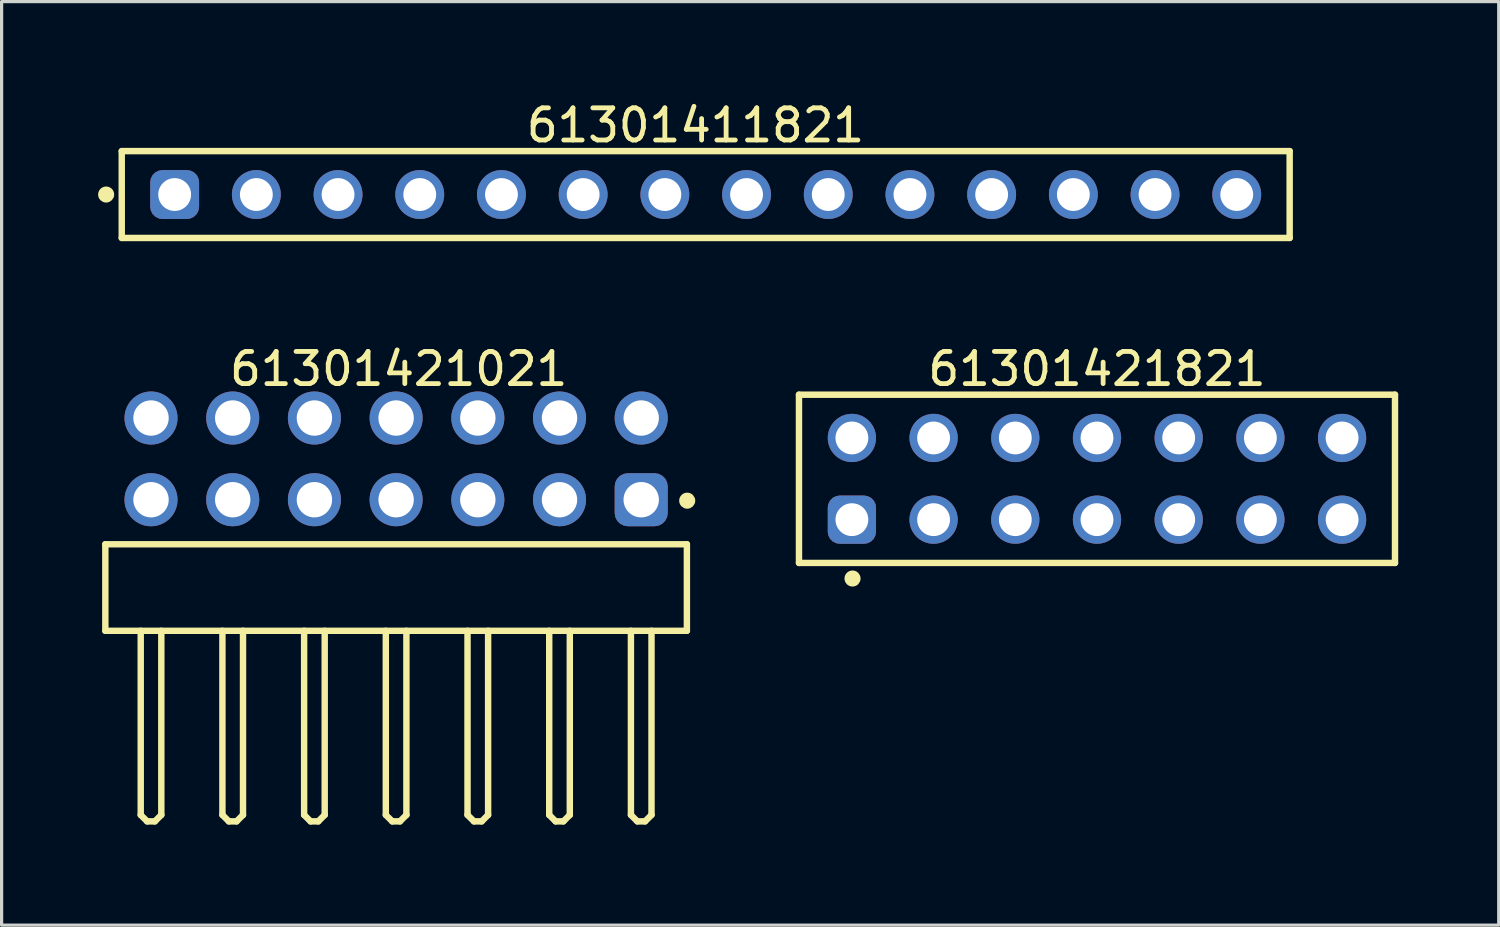
<source format=kicad_pcb>
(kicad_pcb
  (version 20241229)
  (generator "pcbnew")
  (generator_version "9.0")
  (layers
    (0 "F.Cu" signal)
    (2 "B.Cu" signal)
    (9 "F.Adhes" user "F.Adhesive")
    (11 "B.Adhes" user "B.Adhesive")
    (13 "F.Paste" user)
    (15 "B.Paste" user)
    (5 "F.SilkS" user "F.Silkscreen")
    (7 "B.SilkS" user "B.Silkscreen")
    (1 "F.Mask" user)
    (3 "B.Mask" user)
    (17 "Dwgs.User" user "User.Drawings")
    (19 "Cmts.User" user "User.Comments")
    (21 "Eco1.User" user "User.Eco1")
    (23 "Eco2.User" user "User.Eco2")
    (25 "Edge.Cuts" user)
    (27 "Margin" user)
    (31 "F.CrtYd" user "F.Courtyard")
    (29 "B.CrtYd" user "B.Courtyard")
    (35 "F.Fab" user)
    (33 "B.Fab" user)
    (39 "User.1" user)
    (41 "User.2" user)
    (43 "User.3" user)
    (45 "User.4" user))
  (footprint "61301421821"
    (layer "F.Cu")
    (at 31.055 11.836)
    (property "Reference" "61301421821" (at 0 -3.415 0) (layer "F.SilkS") (effects (font (size 1 1) (thickness 0.15))))
    (fp_line (start -9.265 -2.615) (end 9.265 -2.615) (stroke (width 0.2) (type solid)) (layer "F.SilkS"))
    (fp_line (start -9.265 2.615) (end -9.265 -2.615) (stroke (width 0.2) (type solid)) (layer "F.SilkS"))
    (fp_line (start -9.265 2.615) (end 9.265 2.615) (stroke (width 0.2) (type solid)) (layer "F.SilkS"))
    (fp_line (start 9.265 2.615) (end 9.265 -2.615) (stroke (width 0.2) (type solid)) (layer "F.SilkS"))
    (fp_circle (center -7.6 3.1) (end -7.6 2.975) (stroke (width 0.25) (type solid)) (fill no) (layer "F.SilkS"))
    (fp_line (start -9.465 -2.815) (end 9.465 -2.815) (stroke (width 0.05) (type solid)) (layer "Eco2.User"))
    (fp_line (start -9.465 2.815) (end -9.465 -2.815) (stroke (width 0.05) (type solid)) (layer "Eco2.User"))
    (fp_line (start -9.465 2.815) (end 9.465 2.815) (stroke (width 0.05) (type solid)) (layer "Eco2.User"))
    (fp_line (start -9.14 -2.54) (end 9.14 -2.54) (stroke (width 0.1) (type solid)) (layer "Eco2.User"))
    (fp_line (start -9.14 2.54) (end -9.14 -2.54) (stroke (width 0.1) (type solid)) (layer "Eco2.User"))
    (fp_line (start -9.14 2.54) (end 9.14 2.54) (stroke (width 0.1) (type solid)) (layer "Eco2.User"))
    (fp_line (start -0.5 0) (end 0.5 0) (stroke (width 0.05) (type solid)) (layer "Eco2.User"))
    (fp_line (start 0 0.5) (end 0 -0.5) (stroke (width 0.05) (type solid)) (layer "Eco2.User"))
    (fp_line (start 9.14 2.54) (end 9.14 -2.54) (stroke (width 0.1) (type solid)) (layer "Eco2.User"))
    (fp_line (start 9.465 2.815) (end 9.465 -2.815) (stroke (width 0.05) (type solid)) (layer "Eco2.User"))
    (fp_text user "${REFERENCE}" (at 0.15 -0.197 0) (unlocked yes) (layer "User.3") (effects (font (size 1.5 1.5) (thickness 0.15))))
    (pad "1" thru_hole roundrect (at -7.62 1.27) (size 1.5 1.5) (drill 1.02) (layers "*.Cu" "*.Mask") (roundrect_rratio 0.25))
    (pad "2" thru_hole circle (at -7.62 -1.27) (size 1.5 1.5) (drill 1.02) (layers "*.Cu" "*.Mask"))
    (pad "3" thru_hole circle (at -5.08 1.27) (size 1.5 1.5) (drill 1.02) (layers "*.Cu" "*.Mask"))
    (pad "4" thru_hole circle (at -5.08 -1.27) (size 1.5 1.5) (drill 1.02) (layers "*.Cu" "*.Mask"))
    (pad "5" thru_hole circle (at -2.54 1.27) (size 1.5 1.5) (drill 1.02) (layers "*.Cu" "*.Mask"))
    (pad "6" thru_hole circle (at -2.54 -1.27) (size 1.5 1.5) (drill 1.02) (layers "*.Cu" "*.Mask"))
    (pad "7" thru_hole circle (at 0 1.27) (size 1.5 1.5) (drill 1.02) (layers "*.Cu" "*.Mask"))
    (pad "8" thru_hole circle (at 0 -1.27) (size 1.5 1.5) (drill 1.02) (layers "*.Cu" "*.Mask"))
    (pad "9" thru_hole circle (at 2.54 1.27) (size 1.5 1.5) (drill 1.02) (layers "*.Cu" "*.Mask"))
    (pad "10" thru_hole circle (at 2.54 -1.27) (size 1.5 1.5) (drill 1.02) (layers "*.Cu" "*.Mask"))
    (pad "11" thru_hole circle (at 5.08 1.27) (size 1.5 1.5) (drill 1.02) (layers "*.Cu" "*.Mask"))
    (pad "12" thru_hole circle (at 5.08 -1.27) (size 1.5 1.5) (drill 1.02) (layers "*.Cu" "*.Mask"))
    (pad "13" thru_hole circle (at 7.62 1.27) (size 1.5 1.5) (drill 1.02) (layers "*.Cu" "*.Mask"))
    (pad "14" thru_hole circle (at 7.62 -1.27) (size 1.5 1.5) (drill 1.02) (layers "*.Cu" "*.Mask")))
  (footprint "61301421021"
    (layer "F.Cu")
    (at 9.265 15.216)
    (property "Reference" "61301421021" (at 0.08 -6.795 0) (layer "F.SilkS") (effects (font (size 1 1) (thickness 0.15))))
    (fp_line (start -9.04 -1.345) (end 9.04 -1.345) (stroke (width 0.2) (type solid)) (layer "F.SilkS"))
    (fp_line (start -9.04 1.345) (end -9.04 -1.345) (stroke (width 0.2) (type solid)) (layer "F.SilkS"))
    (fp_line (start -9.04 1.345) (end 9.04 1.345) (stroke (width 0.2) (type solid)) (layer "F.SilkS"))
    (fp_line (start -7.94 7.07) (end -7.94 1.345) (stroke (width 0.2) (type solid)) (layer "F.SilkS"))
    (fp_line (start -7.94 7.07) (end -7.74 7.27) (stroke (width 0.2) (type solid)) (layer "F.SilkS"))
    (fp_line (start -7.74 7.27) (end -7.5 7.27) (stroke (width 0.2) (type solid)) (layer "F.SilkS"))
    (fp_line (start -7.5 7.27) (end -7.3 7.07) (stroke (width 0.2) (type solid)) (layer "F.SilkS"))
    (fp_line (start -7.3 7.07) (end -7.3 1.345) (stroke (width 0.2) (type solid)) (layer "F.SilkS"))
    (fp_line (start -5.4 7.07) (end -5.4 1.345) (stroke (width 0.2) (type solid)) (layer "F.SilkS"))
    (fp_line (start -5.4 7.07) (end -5.2 7.27) (stroke (width 0.2) (type solid)) (layer "F.SilkS"))
    (fp_line (start -5.2 7.27) (end -4.96 7.27) (stroke (width 0.2) (type solid)) (layer "F.SilkS"))
    (fp_line (start -4.96 7.27) (end -4.76 7.07) (stroke (width 0.2) (type solid)) (layer "F.SilkS"))
    (fp_line (start -4.76 7.07) (end -4.76 1.345) (stroke (width 0.2) (type solid)) (layer "F.SilkS"))
    (fp_line (start -2.86 7.07) (end -2.86 1.345) (stroke (width 0.2) (type solid)) (layer "F.SilkS"))
    (fp_line (start -2.86 7.07) (end -2.66 7.27) (stroke (width 0.2) (type solid)) (layer "F.SilkS"))
    (fp_line (start -2.66 7.27) (end -2.42 7.27) (stroke (width 0.2) (type solid)) (layer "F.SilkS"))
    (fp_line (start -2.42 7.27) (end -2.22 7.07) (stroke (width 0.2) (type solid)) (layer "F.SilkS"))
    (fp_line (start -2.22 7.07) (end -2.22 1.345) (stroke (width 0.2) (type solid)) (layer "F.SilkS"))
    (fp_line (start -0.32 7.07) (end -0.32 1.345) (stroke (width 0.2) (type solid)) (layer "F.SilkS"))
    (fp_line (start -0.32 7.07) (end -0.12 7.27) (stroke (width 0.2) (type solid)) (layer "F.SilkS"))
    (fp_line (start -0.12 7.27) (end 0.12 7.27) (stroke (width 0.2) (type solid)) (layer "F.SilkS"))
    (fp_line (start 0.12 7.27) (end 0.32 7.07) (stroke (width 0.2) (type solid)) (layer "F.SilkS"))
    (fp_line (start 0.32 7.07) (end 0.32 1.345) (stroke (width 0.2) (type solid)) (layer "F.SilkS"))
    (fp_line (start 2.22 7.07) (end 2.22 1.345) (stroke (width 0.2) (type solid)) (layer "F.SilkS"))
    (fp_line (start 2.22 7.07) (end 2.42 7.27) (stroke (width 0.2) (type solid)) (layer "F.SilkS"))
    (fp_line (start 2.42 7.27) (end 2.66 7.27) (stroke (width 0.2) (type solid)) (layer "F.SilkS"))
    (fp_line (start 2.66 7.27) (end 2.86 7.07) (stroke (width 0.2) (type solid)) (layer "F.SilkS"))
    (fp_line (start 2.86 7.07) (end 2.86 1.345) (stroke (width 0.2) (type solid)) (layer "F.SilkS"))
    (fp_line (start 4.76 7.07) (end 4.76 1.345) (stroke (width 0.2) (type solid)) (layer "F.SilkS"))
    (fp_line (start 4.76 7.07) (end 4.96 7.27) (stroke (width 0.2) (type solid)) (layer "F.SilkS"))
    (fp_line (start 4.96 7.27) (end 5.2 7.27) (stroke (width 0.2) (type solid)) (layer "F.SilkS"))
    (fp_line (start 5.2 7.27) (end 5.4 7.07) (stroke (width 0.2) (type solid)) (layer "F.SilkS"))
    (fp_line (start 5.4 7.07) (end 5.4 1.345) (stroke (width 0.2) (type solid)) (layer "F.SilkS"))
    (fp_line (start 7.3 7.07) (end 7.3 1.345) (stroke (width 0.2) (type solid)) (layer "F.SilkS"))
    (fp_line (start 7.3 7.07) (end 7.5 7.27) (stroke (width 0.2) (type solid)) (layer "F.SilkS"))
    (fp_line (start 7.5 7.27) (end 7.74 7.27) (stroke (width 0.2) (type solid)) (layer "F.SilkS"))
    (fp_line (start 7.74 7.27) (end 7.94 7.07) (stroke (width 0.2) (type solid)) (layer "F.SilkS"))
    (fp_line (start 7.94 7.07) (end 7.94 1.345) (stroke (width 0.2) (type solid)) (layer "F.SilkS"))
    (fp_line (start 9.04 1.345) (end 9.04 -1.345) (stroke (width 0.2) (type solid)) (layer "F.SilkS"))
    (fp_circle (center 9.05 -2.7) (end 9.05 -2.825) (stroke (width 0.25) (type solid)) (fill no) (layer "F.SilkS"))
    (fp_line (start -9.24 -6.295) (end 9.24 -6.295) (stroke (width 0.05) (type solid)) (layer "Eco2.User"))
    (fp_line (start -9.24 7.47) (end -9.24 -6.295) (stroke (width 0.05) (type solid)) (layer "Eco2.User"))
    (fp_line (start -9.24 7.47) (end 9.24 7.47) (stroke (width 0.05) (type solid)) (layer "Eco2.User"))
    (fp_line (start -8.89 -1.27) (end 8.89 -1.27) (stroke (width 0.1) (type solid)) (layer "Eco2.User"))
    (fp_line (start -8.89 1.27) (end -8.89 -1.27) (stroke (width 0.1) (type solid)) (layer "Eco2.User"))
    (fp_line (start -8.89 1.27) (end 8.89 1.27) (stroke (width 0.1) (type solid)) (layer "Eco2.User"))
    (fp_line (start -7.94 -5.63) (end -7.3 -5.63) (stroke (width 0.1) (type solid)) (layer "Eco2.User"))
    (fp_line (start -7.94 -3.09) (end -7.3 -3.09) (stroke (width 0.1) (type solid)) (layer "Eco2.User"))
    (fp_line (start -7.94 -1.27) (end -7.94 -5.63) (stroke (width 0.1) (type solid)) (layer "Eco2.User"))
    (fp_line (start -7.94 7.07) (end -7.94 1.27) (stroke (width 0.1) (type solid)) (layer "Eco2.User"))
    (fp_line (start -7.94 7.07) (end -7.74 7.27) (stroke (width 0.1) (type solid)) (layer "Eco2.User"))
    (fp_line (start -7.74 7.27) (end -7.5 7.27) (stroke (width 0.1) (type solid)) (layer "Eco2.User"))
    (fp_line (start -7.5 7.27) (end -7.3 7.07) (stroke (width 0.1) (type solid)) (layer "Eco2.User"))
    (fp_line (start -7.3 -1.27) (end -7.3 -5.63) (stroke (width 0.1) (type solid)) (layer "Eco2.User"))
    (fp_line (start -7.3 7.07) (end -7.3 1.27) (stroke (width 0.1) (type solid)) (layer "Eco2.User"))
    (fp_line (start -5.4 -5.63) (end -4.76 -5.63) (stroke (width 0.1) (type solid)) (layer "Eco2.User"))
    (fp_line (start -5.4 -3.09) (end -4.76 -3.09) (stroke (width 0.1) (type solid)) (layer "Eco2.User"))
    (fp_line (start -5.4 -1.27) (end -5.4 -5.63) (stroke (width 0.1) (type solid)) (layer "Eco2.User"))
    (fp_line (start -5.4 7.07) (end -5.4 1.27) (stroke (width 0.1) (type solid)) (layer "Eco2.User"))
    (fp_line (start -5.4 7.07) (end -5.2 7.27) (stroke (width 0.1) (type solid)) (layer "Eco2.User"))
    (fp_line (start -5.2 7.27) (end -4.96 7.27) (stroke (width 0.1) (type solid)) (layer "Eco2.User"))
    (fp_line (start -4.96 7.27) (end -4.76 7.07) (stroke (width 0.1) (type solid)) (layer "Eco2.User"))
    (fp_line (start -4.76 -1.27) (end -4.76 -5.63) (stroke (width 0.1) (type solid)) (layer "Eco2.User"))
    (fp_line (start -4.76 7.07) (end -4.76 1.27) (stroke (width 0.1) (type solid)) (layer "Eco2.User"))
    (fp_line (start -2.86 -5.63) (end -2.22 -5.63) (stroke (width 0.1) (type solid)) (layer "Eco2.User"))
    (fp_line (start -2.86 -3.09) (end -2.22 -3.09) (stroke (width 0.1) (type solid)) (layer "Eco2.User"))
    (fp_line (start -2.86 -1.27) (end -2.86 -5.63) (stroke (width 0.1) (type solid)) (layer "Eco2.User"))
    (fp_line (start -2.86 7.07) (end -2.86 1.27) (stroke (width 0.1) (type solid)) (layer "Eco2.User"))
    (fp_line (start -2.86 7.07) (end -2.66 7.27) (stroke (width 0.1) (type solid)) (layer "Eco2.User"))
    (fp_line (start -2.66 7.27) (end -2.42 7.27) (stroke (width 0.1) (type solid)) (layer "Eco2.User"))
    (fp_line (start -2.42 7.27) (end -2.22 7.07) (stroke (width 0.1) (type solid)) (layer "Eco2.User"))
    (fp_line (start -2.22 -1.27) (end -2.22 -5.63) (stroke (width 0.1) (type solid)) (layer "Eco2.User"))
    (fp_line (start -2.22 7.07) (end -2.22 1.27) (stroke (width 0.1) (type solid)) (layer "Eco2.User"))
    (fp_line (start -0.5 0) (end 0.5 0) (stroke (width 0.05) (type solid)) (layer "Eco2.User"))
    (fp_line (start -0.32 -5.63) (end 0.32 -5.63) (stroke (width 0.1) (type solid)) (layer "Eco2.User"))
    (fp_line (start -0.32 -3.09) (end 0.32 -3.09) (stroke (width 0.1) (type solid)) (layer "Eco2.User"))
    (fp_line (start -0.32 -1.27) (end -0.32 -5.63) (stroke (width 0.1) (type solid)) (layer "Eco2.User"))
    (fp_line (start -0.32 7.07) (end -0.32 1.27) (stroke (width 0.1) (type solid)) (layer "Eco2.User"))
    (fp_line (start -0.32 7.07) (end -0.12 7.27) (stroke (width 0.1) (type solid)) (layer "Eco2.User"))
    (fp_line (start -0.12 7.27) (end 0.12 7.27) (stroke (width 0.1) (type solid)) (layer "Eco2.User"))
    (fp_line (start 0 0.5) (end 0 -0.5) (stroke (width 0.05) (type solid)) (layer "Eco2.User"))
    (fp_line (start 0.12 7.27) (end 0.32 7.07) (stroke (width 0.1) (type solid)) (layer "Eco2.User"))
    (fp_line (start 0.32 -1.27) (end 0.32 -5.63) (stroke (width 0.1) (type solid)) (layer "Eco2.User"))
    (fp_line (start 0.32 7.07) (end 0.32 1.27) (stroke (width 0.1) (type solid)) (layer "Eco2.User"))
    (fp_line (start 2.22 -5.63) (end 2.86 -5.63) (stroke (width 0.1) (type solid)) (layer "Eco2.User"))
    (fp_line (start 2.22 -3.09) (end 2.86 -3.09) (stroke (width 0.1) (type solid)) (layer "Eco2.User"))
    (fp_line (start 2.22 -1.27) (end 2.22 -5.63) (stroke (width 0.1) (type solid)) (layer "Eco2.User"))
    (fp_line (start 2.22 7.07) (end 2.22 1.27) (stroke (width 0.1) (type solid)) (layer "Eco2.User"))
    (fp_line (start 2.22 7.07) (end 2.42 7.27) (stroke (width 0.1) (type solid)) (layer "Eco2.User"))
    (fp_line (start 2.42 7.27) (end 2.66 7.27) (stroke (width 0.1) (type solid)) (layer "Eco2.User"))
    (fp_line (start 2.66 7.27) (end 2.86 7.07) (stroke (width 0.1) (type solid)) (layer "Eco2.User"))
    (fp_line (start 2.86 -1.27) (end 2.86 -5.63) (stroke (width 0.1) (type solid)) (layer "Eco2.User"))
    (fp_line (start 2.86 7.07) (end 2.86 1.27) (stroke (width 0.1) (type solid)) (layer "Eco2.User"))
    (fp_line (start 4.76 -5.63) (end 5.4 -5.63) (stroke (width 0.1) (type solid)) (layer "Eco2.User"))
    (fp_line (start 4.76 -3.09) (end 5.4 -3.09) (stroke (width 0.1) (type solid)) (layer "Eco2.User"))
    (fp_line (start 4.76 -1.27) (end 4.76 -5.63) (stroke (width 0.1) (type solid)) (layer "Eco2.User"))
    (fp_line (start 4.76 7.07) (end 4.76 1.27) (stroke (width 0.1) (type solid)) (layer "Eco2.User"))
    (fp_line (start 4.76 7.07) (end 4.96 7.27) (stroke (width 0.1) (type solid)) (layer "Eco2.User"))
    (fp_line (start 4.96 7.27) (end 5.2 7.27) (stroke (width 0.1) (type solid)) (layer "Eco2.User"))
    (fp_line (start 5.2 7.27) (end 5.4 7.07) (stroke (width 0.1) (type solid)) (layer "Eco2.User"))
    (fp_line (start 5.4 -1.27) (end 5.4 -5.63) (stroke (width 0.1) (type solid)) (layer "Eco2.User"))
    (fp_line (start 5.4 7.07) (end 5.4 1.27) (stroke (width 0.1) (type solid)) (layer "Eco2.User"))
    (fp_line (start 7.3 -5.63) (end 7.94 -5.63) (stroke (width 0.1) (type solid)) (layer "Eco2.User"))
    (fp_line (start 7.3 -3.09) (end 7.94 -3.09) (stroke (width 0.1) (type solid)) (layer "Eco2.User"))
    (fp_line (start 7.3 -1.27) (end 7.3 -5.63) (stroke (width 0.1) (type solid)) (layer "Eco2.User"))
    (fp_line (start 7.3 7.07) (end 7.3 1.27) (stroke (width 0.1) (type solid)) (layer "Eco2.User"))
    (fp_line (start 7.3 7.07) (end 7.5 7.27) (stroke (width 0.1) (type solid)) (layer "Eco2.User"))
    (fp_line (start 7.5 7.27) (end 7.74 7.27) (stroke (width 0.1) (type solid)) (layer "Eco2.User"))
    (fp_line (start 7.74 7.27) (end 7.94 7.07) (stroke (width 0.1) (type solid)) (layer "Eco2.User"))
    (fp_line (start 7.94 -1.27) (end 7.94 -5.63) (stroke (width 0.1) (type solid)) (layer "Eco2.User"))
    (fp_line (start 7.94 7.07) (end 7.94 1.27) (stroke (width 0.1) (type solid)) (layer "Eco2.User"))
    (fp_line (start 8.89 1.27) (end 8.89 -1.27) (stroke (width 0.1) (type solid)) (layer "Eco2.User"))
    (fp_line (start 9.24 7.47) (end 9.24 -6.295) (stroke (width 0.05) (type solid)) (layer "Eco2.User"))
    (fp_text user "${REFERENCE}" (at 0.15 -0.197 0) (unlocked yes) (layer "User.3") (effects (font (size 1.5 1.5) (thickness 0.15))))
    (pad "1" thru_hole roundrect (at 7.62 -2.73) (size 1.65 1.65) (drill 1.1) (layers "*.Cu" "*.Mask") (roundrect_rratio 0.25))
    (pad "2" thru_hole circle (at 7.62 -5.27) (size 1.65 1.65) (drill 1.1) (layers "*.Cu" "*.Mask"))
    (pad "3" thru_hole circle (at 5.08 -2.73) (size 1.65 1.65) (drill 1.1) (layers "*.Cu" "*.Mask"))
    (pad "4" thru_hole circle (at 5.08 -5.27) (size 1.65 1.65) (drill 1.1) (layers "*.Cu" "*.Mask"))
    (pad "5" thru_hole circle (at 2.54 -2.73) (size 1.65 1.65) (drill 1.1) (layers "*.Cu" "*.Mask"))
    (pad "6" thru_hole circle (at 2.54 -5.27) (size 1.65 1.65) (drill 1.1) (layers "*.Cu" "*.Mask"))
    (pad "7" thru_hole circle (at 0 -2.73) (size 1.65 1.65) (drill 1.1) (layers "*.Cu" "*.Mask"))
    (pad "8" thru_hole circle (at 0 -5.27) (size 1.65 1.65) (drill 1.1) (layers "*.Cu" "*.Mask"))
    (pad "9" thru_hole circle (at -2.54 -2.73) (size 1.65 1.65) (drill 1.1) (layers "*.Cu" "*.Mask"))
    (pad "10" thru_hole circle (at -2.54 -5.27) (size 1.65 1.65) (drill 1.1) (layers "*.Cu" "*.Mask"))
    (pad "11" thru_hole circle (at -5.08 -2.73) (size 1.65 1.65) (drill 1.1) (layers "*.Cu" "*.Mask"))
    (pad "12" thru_hole circle (at -5.08 -5.27) (size 1.65 1.65) (drill 1.1) (layers "*.Cu" "*.Mask"))
    (pad "13" thru_hole circle (at -7.62 -2.73) (size 1.65 1.65) (drill 1.1) (layers "*.Cu" "*.Mask"))
    (pad "14" thru_hole circle (at -7.62 -5.27) (size 1.65 1.65) (drill 1.1) (layers "*.Cu" "*.Mask")))
  (footprint "61301411821"
    (layer "F.Cu")
    (at 18.89 2.998)
    (property "Reference" "61301411821" (at -0.318 -2.15 0) (layer "F.SilkS") (effects (font (size 1 1) (thickness 0.15))))
    (fp_line (start -18.155 -1.35) (end 18.155 -1.35) (stroke (width 0.2) (type solid)) (layer "F.SilkS"))
    (fp_line (start -18.155 1.35) (end -18.155 -1.35) (stroke (width 0.2) (type solid)) (layer "F.SilkS"))
    (fp_line (start -18.155 1.35) (end 18.155 1.35) (stroke (width 0.2) (type solid)) (layer "F.SilkS"))
    (fp_line (start 18.155 1.35) (end 18.155 -1.35) (stroke (width 0.2) (type solid)) (layer "F.SilkS"))
    (fp_circle (center -18.64 0) (end -18.64 -0.125) (stroke (width 0.25) (type solid)) (fill no) (layer "F.SilkS"))
    (fp_line (start -18.355 -1.55) (end 18.355 -1.55) (stroke (width 0.05) (type solid)) (layer "Eco2.User"))
    (fp_line (start -18.355 1.55) (end -18.355 -1.55) (stroke (width 0.05) (type solid)) (layer "Eco2.User"))
    (fp_line (start -18.355 1.55) (end 18.355 1.55) (stroke (width 0.05) (type solid)) (layer "Eco2.User"))
    (fp_line (start -18.03 -1.25) (end 18.03 -1.25) (stroke (width 0.1) (type solid)) (layer "Eco2.User"))
    (fp_line (start -18.03 1.25) (end -18.03 -1.25) (stroke (width 0.1) (type solid)) (layer "Eco2.User"))
    (fp_line (start -18.03 1.25) (end 18.03 1.25) (stroke (width 0.1) (type solid)) (layer "Eco2.User"))
    (fp_line (start -0.5 0) (end 0.5 0) (stroke (width 0.05) (type solid)) (layer "Eco2.User"))
    (fp_line (start 0 0.5) (end 0 -0.5) (stroke (width 0.05) (type solid)) (layer "Eco2.User"))
    (fp_line (start 18.03 1.25) (end 18.03 -1.25) (stroke (width 0.1) (type solid)) (layer "Eco2.User"))
    (fp_line (start 18.355 1.55) (end 18.355 -1.55) (stroke (width 0.05) (type solid)) (layer "Eco2.User"))
    (fp_text user "${REFERENCE}" (at 0.15 -0.197 0) (unlocked yes) (layer "User.3") (effects (font (size 1.5 1.5) (thickness 0.15))))
    (pad "1" thru_hole roundrect (at -16.51 0) (size 1.52 1.52) (drill 1.02) (layers "*.Cu" "*.Mask") (roundrect_rratio 0.25))
    (pad "2" thru_hole circle (at -13.97 0) (size 1.52 1.52) (drill 1.02) (layers "*.Cu" "*.Mask"))
    (pad "3" thru_hole circle (at -11.43 0) (size 1.52 1.52) (drill 1.02) (layers "*.Cu" "*.Mask"))
    (pad "4" thru_hole circle (at -8.89 0) (size 1.52 1.52) (drill 1.02) (layers "*.Cu" "*.Mask"))
    (pad "5" thru_hole circle (at -6.35 0) (size 1.52 1.52) (drill 1.02) (layers "*.Cu" "*.Mask"))
    (pad "6" thru_hole circle (at -3.81 0) (size 1.52 1.52) (drill 1.02) (layers "*.Cu" "*.Mask"))
    (pad "7" thru_hole circle (at -1.27 0) (size 1.52 1.52) (drill 1.02) (layers "*.Cu" "*.Mask"))
    (pad "8" thru_hole circle (at 1.27 0) (size 1.52 1.52) (drill 1.02) (layers "*.Cu" "*.Mask"))
    (pad "9" thru_hole circle (at 3.81 0) (size 1.52 1.52) (drill 1.02) (layers "*.Cu" "*.Mask"))
    (pad "10" thru_hole circle (at 6.35 0) (size 1.52 1.52) (drill 1.02) (layers "*.Cu" "*.Mask"))
    (pad "11" thru_hole circle (at 8.89 0) (size 1.52 1.52) (drill 1.02) (layers "*.Cu" "*.Mask"))
    (pad "12" thru_hole circle (at 11.43 0) (size 1.52 1.52) (drill 1.02) (layers "*.Cu" "*.Mask"))
    (pad "13" thru_hole circle (at 13.97 0) (size 1.52 1.52) (drill 1.02) (layers "*.Cu" "*.Mask"))
    (pad "14" thru_hole circle (at 16.51 0) (size 1.52 1.52) (drill 1.02) (layers "*.Cu" "*.Mask")))
  (gr_rect
    (start -3 -3)
    (end 43.545 25.712)
    (stroke (width 0.1) (type default))
    (fill no)
    (layer "Edge.Cuts")))
</source>
